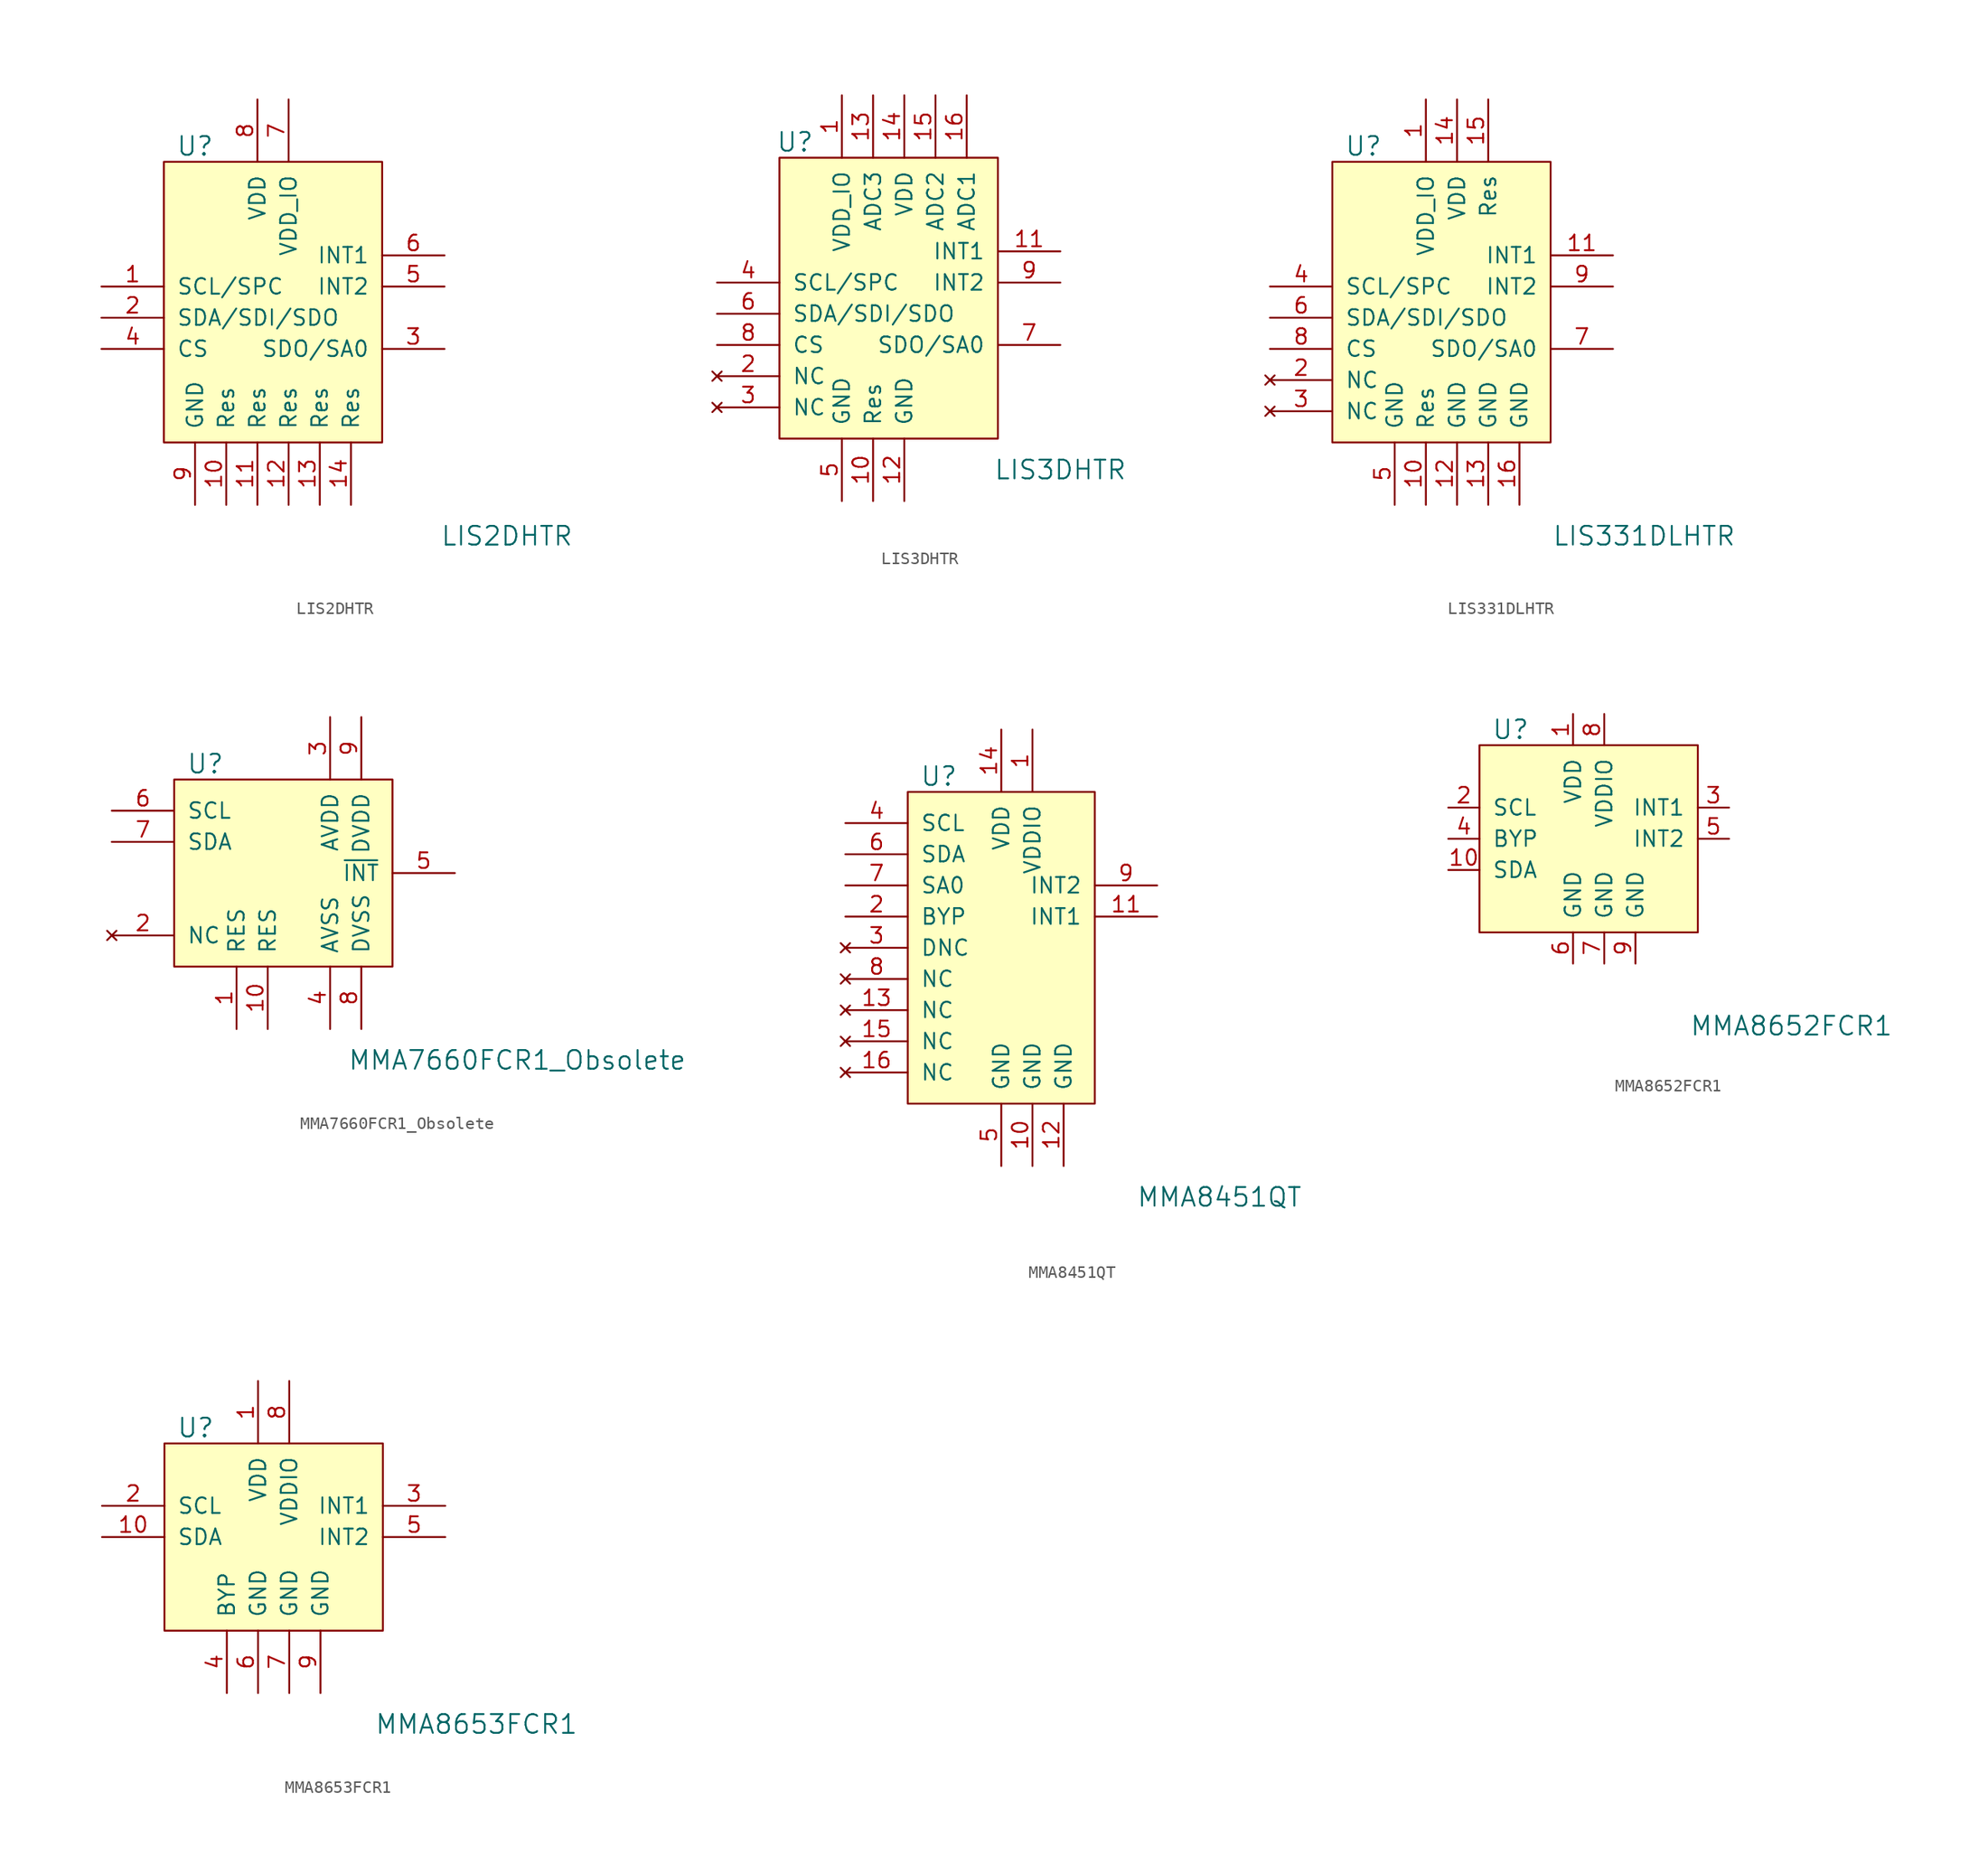
<source format=kicad_sym>
(kicad_symbol_lib
  (version 20231120)
  (generator "kicad_symbol_editor")
  (generator_version "8.0")
  (symbol "LIS2DHTR"
    (pin_names
      (offset 1.016))
    (property "Reference" "U"
      (at -7.62 13.97 0)
      (effects (font (size 1.524 1.524))))
    (property "Value" "LIS2DHTR"
      (at 17.78 -17.78 0)
      (effects (font (size 1.524 1.524))))
    (symbol "LIS2DHTR_0_1"
      (rectangle (start -10.16 12.7) (end 7.62 -10.16) (stroke (width 0) (type default)) (fill (type background))))
    (symbol "LIS2DHTR_1_1"
      (pin input line (at -15.24 2.54 0) (length 5.08) (name "SCL/SPC" (effects (font (size 1.27 1.27)))) (number "1" (effects (font (size 1.27 1.27)))))
      (pin power_in line (at -5.08 -15.24 90) (length 5.08) (name "Res" (effects (font (size 1.27 1.27)))) (number "10" (effects (font (size 1.27 1.27)))))
      (pin power_in line (at -2.54 -15.24 90) (length 5.08) (name "Res" (effects (font (size 1.27 1.27)))) (number "11" (effects (font (size 1.27 1.27)))))
      (pin power_in line (at 0 -15.24 90) (length 5.08) (name "Res" (effects (font (size 1.27 1.27)))) (number "12" (effects (font (size 1.27 1.27)))))
      (pin power_in line (at 2.54 -15.24 90) (length 5.08) (name "Res" (effects (font (size 1.27 1.27)))) (number "13" (effects (font (size 1.27 1.27)))))
      (pin power_in line (at 5.08 -15.24 90) (length 5.08) (name "Res" (effects (font (size 1.27 1.27)))) (number "14" (effects (font (size 1.27 1.27)))))
      (pin bidirectional line (at -15.24 0 0) (length 5.08) (name "SDA/SDI/SDO" (effects (font (size 1.27 1.27)))) (number "2" (effects (font (size 1.27 1.27)))))
      (pin output line (at 12.7 -2.54 180) (length 5.08) (name "SDO/SA0" (effects (font (size 1.27 1.27)))) (number "3" (effects (font (size 1.27 1.27)))))
      (pin input line (at -15.24 -2.54 0) (length 5.08) (name "CS" (effects (font (size 1.27 1.27)))) (number "4" (effects (font (size 1.27 1.27)))))
      (pin output line (at 12.7 2.54 180) (length 5.08) (name "INT2" (effects (font (size 1.27 1.27)))) (number "5" (effects (font (size 1.27 1.27)))))
      (pin output line (at 12.7 5.08 180) (length 5.08) (name "INT1" (effects (font (size 1.27 1.27)))) (number "6" (effects (font (size 1.27 1.27)))))
      (pin power_in line (at 0 17.78 270) (length 5.08) (name "VDD_IO" (effects (font (size 1.27 1.27)))) (number "7" (effects (font (size 1.27 1.27)))))
      (pin power_in line (at -2.54 17.78 270) (length 5.08) (name "VDD" (effects (font (size 1.27 1.27)))) (number "8" (effects (font (size 1.27 1.27)))))
      (pin power_in line (at -7.62 -15.24 90) (length 5.08) (name "GND" (effects (font (size 1.27 1.27)))) (number "9" (effects (font (size 1.27 1.27)))))))
  (symbol "LIS3DHTR"
    (pin_names
      (offset 1.016))
    (property "Reference" "U"
      (at -8.89 11.43 0)
      (effects (font (size 1.524 1.524))))
    (property "Value" "LIS3DHTR"
      (at 12.7 -15.24 0)
      (effects (font (size 1.524 1.524))))
    (symbol "LIS3DHTR_0_1"
      (rectangle (start -10.16 10.16) (end 7.62 -12.7) (stroke (width 0) (type default)) (fill (type background))))
    (symbol "LIS3DHTR_1_1"
      (pin power_in line (at -5.08 15.24 270) (length 5.08) (name "VDD_IO" (effects (font (size 1.27 1.27)))) (number "1" (effects (font (size 1.27 1.27)))))
      (pin power_in line (at -2.54 -17.78 90) (length 5.08) (name "Res" (effects (font (size 1.27 1.27)))) (number "10" (effects (font (size 1.27 1.27)))))
      (pin output line (at 12.7 2.54 180) (length 5.08) (name "INT1" (effects (font (size 1.27 1.27)))) (number "11" (effects (font (size 1.27 1.27)))))
      (pin power_in line (at 0 -17.78 90) (length 5.08) (name "GND" (effects (font (size 1.27 1.27)))) (number "12" (effects (font (size 1.27 1.27)))))
      (pin input line (at -2.54 15.24 270) (length 5.08) (name "ADC3" (effects (font (size 1.27 1.27)))) (number "13" (effects (font (size 1.27 1.27)))))
      (pin power_in line (at 0 15.24 270) (length 5.08) (name "VDD" (effects (font (size 1.27 1.27)))) (number "14" (effects (font (size 1.27 1.27)))))
      (pin input line (at 2.54 15.24 270) (length 5.08) (name "ADC2" (effects (font (size 1.27 1.27)))) (number "15" (effects (font (size 1.27 1.27)))))
      (pin input line (at 5.08 15.24 270) (length 5.08) (name "ADC1" (effects (font (size 1.27 1.27)))) (number "16" (effects (font (size 1.27 1.27)))))
      (pin no_connect line (at -15.24 -7.62 0) (length 5.08) (name "NC" (effects (font (size 1.27 1.27)))) (number "2" (effects (font (size 1.27 1.27)))))
      (pin no_connect line (at -15.24 -10.16 0) (length 5.08) (name "NC" (effects (font (size 1.27 1.27)))) (number "3" (effects (font (size 1.27 1.27)))))
      (pin input line (at -15.24 0 0) (length 5.08) (name "SCL/SPC" (effects (font (size 1.27 1.27)))) (number "4" (effects (font (size 1.27 1.27)))))
      (pin power_in line (at -5.08 -17.78 90) (length 5.08) (name "GND" (effects (font (size 1.27 1.27)))) (number "5" (effects (font (size 1.27 1.27)))))
      (pin bidirectional line (at -15.24 -2.54 0) (length 5.08) (name "SDA/SDI/SDO" (effects (font (size 1.27 1.27)))) (number "6" (effects (font (size 1.27 1.27)))))
      (pin output line (at 12.7 -5.08 180) (length 5.08) (name "SDO/SA0" (effects (font (size 1.27 1.27)))) (number "7" (effects (font (size 1.27 1.27)))))
      (pin input line (at -15.24 -5.08 0) (length 5.08) (name "CS" (effects (font (size 1.27 1.27)))) (number "8" (effects (font (size 1.27 1.27)))))
      (pin output line (at 12.7 0 180) (length 5.08) (name "INT2" (effects (font (size 1.27 1.27)))) (number "9" (effects (font (size 1.27 1.27)))))))
  (symbol "LIS331DLHTR"
    (pin_names
      (offset 1.016))
    (property "Reference" "U"
      (at -7.62 13.97 0)
      (effects (font (size 1.524 1.524))))
    (property "Value" "LIS331DLHTR"
      (at 15.24 -17.78 0)
      (effects (font (size 1.524 1.524))))
    (symbol "LIS331DLHTR_0_1"
      (rectangle (start -10.16 12.7) (end 7.62 -10.16) (stroke (width 0) (type default)) (fill (type background))))
    (symbol "LIS331DLHTR_1_1"
      (pin power_in line (at -2.54 17.78 270) (length 5.08) (name "VDD_IO" (effects (font (size 1.27 1.27)))) (number "1" (effects (font (size 1.27 1.27)))))
      (pin power_in line (at -2.54 -15.24 90) (length 5.08) (name "Res" (effects (font (size 1.27 1.27)))) (number "10" (effects (font (size 1.27 1.27)))))
      (pin output line (at 12.7 5.08 180) (length 5.08) (name "INT1" (effects (font (size 1.27 1.27)))) (number "11" (effects (font (size 1.27 1.27)))))
      (pin power_in line (at 0 -15.24 90) (length 5.08) (name "GND" (effects (font (size 1.27 1.27)))) (number "12" (effects (font (size 1.27 1.27)))))
      (pin power_in line (at 2.54 -15.24 90) (length 5.08) (name "GND" (effects (font (size 1.27 1.27)))) (number "13" (effects (font (size 1.27 1.27)))))
      (pin power_in line (at 0 17.78 270) (length 5.08) (name "VDD" (effects (font (size 1.27 1.27)))) (number "14" (effects (font (size 1.27 1.27)))))
      (pin power_in line (at 2.54 17.78 270) (length 5.08) (name "Res" (effects (font (size 1.27 1.27)))) (number "15" (effects (font (size 1.27 1.27)))))
      (pin power_in line (at 5.08 -15.24 90) (length 5.08) (name "GND" (effects (font (size 1.27 1.27)))) (number "16" (effects (font (size 1.27 1.27)))))
      (pin no_connect line (at -15.24 -5.08 0) (length 5.08) (name "NC" (effects (font (size 1.27 1.27)))) (number "2" (effects (font (size 1.27 1.27)))))
      (pin no_connect line (at -15.24 -7.62 0) (length 5.08) (name "NC" (effects (font (size 1.27 1.27)))) (number "3" (effects (font (size 1.27 1.27)))))
      (pin input line (at -15.24 2.54 0) (length 5.08) (name "SCL/SPC" (effects (font (size 1.27 1.27)))) (number "4" (effects (font (size 1.27 1.27)))))
      (pin power_in line (at -5.08 -15.24 90) (length 5.08) (name "GND" (effects (font (size 1.27 1.27)))) (number "5" (effects (font (size 1.27 1.27)))))
      (pin bidirectional line (at -15.24 0 0) (length 5.08) (name "SDA/SDI/SDO" (effects (font (size 1.27 1.27)))) (number "6" (effects (font (size 1.27 1.27)))))
      (pin output line (at 12.7 -2.54 180) (length 5.08) (name "SDO/SA0" (effects (font (size 1.27 1.27)))) (number "7" (effects (font (size 1.27 1.27)))))
      (pin input line (at -15.24 -2.54 0) (length 5.08) (name "CS" (effects (font (size 1.27 1.27)))) (number "8" (effects (font (size 1.27 1.27)))))
      (pin output line (at 12.7 2.54 180) (length 5.08) (name "INT2" (effects (font (size 1.27 1.27)))) (number "9" (effects (font (size 1.27 1.27)))))))
  (symbol "MMA7660FCR1_Obsolete"
    (pin_names
      (offset 1.016))
    (property "Reference" "U"
      (at -7.62 8.89 0)
      (effects (font (size 1.524 1.524))))
    (property "Value" "MMA7660FCR1_Obsolete"
      (at 17.78 -15.24 0)
      (effects (font (size 1.524 1.524))))
    (symbol "MMA7660FCR1_Obsolete_0_1"
      (rectangle (start -10.16 7.62) (end 7.62 -7.62) (stroke (width 0) (type default)) (fill (type background))))
    (symbol "MMA7660FCR1_Obsolete_1_1"
      (pin power_in line (at -5.08 -12.7 90) (length 5.08) (name "RES" (effects (font (size 1.27 1.27)))) (number "1" (effects (font (size 1.27 1.27)))))
      (pin power_in line (at -2.54 -12.7 90) (length 5.08) (name "RES" (effects (font (size 1.27 1.27)))) (number "10" (effects (font (size 1.27 1.27)))))
      (pin no_connect line (at -15.24 -5.08 0) (length 5.08) (name "NC" (effects (font (size 1.27 1.27)))) (number "2" (effects (font (size 1.27 1.27)))))
      (pin power_in line (at 2.54 12.7 270) (length 5.08) (name "AVDD" (effects (font (size 1.27 1.27)))) (number "3" (effects (font (size 1.27 1.27)))))
      (pin power_in line (at 2.54 -12.7 90) (length 5.08) (name "AVSS" (effects (font (size 1.27 1.27)))) (number "4" (effects (font (size 1.27 1.27)))))
      (pin output line (at 12.7 0 180) (length 5.08) (name "~{INT}" (effects (font (size 1.27 1.27)))) (number "5" (effects (font (size 1.27 1.27)))))
      (pin input line (at -15.24 5.08 0) (length 5.08) (name "SCL" (effects (font (size 1.27 1.27)))) (number "6" (effects (font (size 1.27 1.27)))))
      (pin bidirectional line (at -15.24 2.54 0) (length 5.08) (name "SDA" (effects (font (size 1.27 1.27)))) (number "7" (effects (font (size 1.27 1.27)))))
      (pin power_in line (at 5.08 -12.7 90) (length 5.08) (name "DVSS" (effects (font (size 1.27 1.27)))) (number "8" (effects (font (size 1.27 1.27)))))
      (pin power_in line (at 5.08 12.7 270) (length 5.08) (name "DVDD" (effects (font (size 1.27 1.27)))) (number "9" (effects (font (size 1.27 1.27)))))))
  (symbol "MMA8451QT"
    (pin_names
      (offset 1.016))
    (property "Reference" "U"
      (at -5.08 13.97 0)
      (effects (font (size 1.524 1.524))))
    (property "Value" "MMA8451QT"
      (at 17.78 -20.32 0)
      (effects (font (size 1.524 1.524))))
    (symbol "MMA8451QT_0_1"
      (rectangle (start -7.62 12.7) (end 7.62 -12.7) (stroke (width 0) (type default)) (fill (type background))))
    (symbol "MMA8451QT_1_1"
      (pin power_in line (at 2.54 17.78 270) (length 5.08) (name "VDDIO" (effects (font (size 1.27 1.27)))) (number "1" (effects (font (size 1.27 1.27)))))
      (pin power_in line (at 2.54 -17.78 90) (length 5.08) (name "GND" (effects (font (size 1.27 1.27)))) (number "10" (effects (font (size 1.27 1.27)))))
      (pin output line (at 12.7 2.54 180) (length 5.08) (name "INT1" (effects (font (size 1.27 1.27)))) (number "11" (effects (font (size 1.27 1.27)))))
      (pin power_in line (at 5.08 -17.78 90) (length 5.08) (name "GND" (effects (font (size 1.27 1.27)))) (number "12" (effects (font (size 1.27 1.27)))))
      (pin no_connect line (at -12.7 -5.08 0) (length 5.08) (name "NC" (effects (font (size 1.27 1.27)))) (number "13" (effects (font (size 1.27 1.27)))))
      (pin power_in line (at 0 17.78 270) (length 5.08) (name "VDD" (effects (font (size 1.27 1.27)))) (number "14" (effects (font (size 1.27 1.27)))))
      (pin no_connect line (at -12.7 -7.62 0) (length 5.08) (name "NC" (effects (font (size 1.27 1.27)))) (number "15" (effects (font (size 1.27 1.27)))))
      (pin no_connect line (at -12.7 -10.16 0) (length 5.08) (name "NC" (effects (font (size 1.27 1.27)))) (number "16" (effects (font (size 1.27 1.27)))))
      (pin input line (at -12.7 2.54 0) (length 5.08) (name "BYP" (effects (font (size 1.27 1.27)))) (number "2" (effects (font (size 1.27 1.27)))))
      (pin no_connect line (at -12.7 0 0) (length 5.08) (name "DNC" (effects (font (size 1.27 1.27)))) (number "3" (effects (font (size 1.27 1.27)))))
      (pin bidirectional line (at -12.7 10.16 0) (length 5.08) (name "SCL" (effects (font (size 1.27 1.27)))) (number "4" (effects (font (size 1.27 1.27)))))
      (pin power_in line (at 0 -17.78 90) (length 5.08) (name "GND" (effects (font (size 1.27 1.27)))) (number "5" (effects (font (size 1.27 1.27)))))
      (pin bidirectional line (at -12.7 7.62 0) (length 5.08) (name "SDA" (effects (font (size 1.27 1.27)))) (number "6" (effects (font (size 1.27 1.27)))))
      (pin bidirectional line (at -12.7 5.08 0) (length 5.08) (name "SA0" (effects (font (size 1.27 1.27)))) (number "7" (effects (font (size 1.27 1.27)))))
      (pin no_connect line (at -12.7 -2.54 0) (length 5.08) (name "NC" (effects (font (size 1.27 1.27)))) (number "8" (effects (font (size 1.27 1.27)))))
      (pin output line (at 12.7 5.08 180) (length 5.08) (name "INT2" (effects (font (size 1.27 1.27)))) (number "9" (effects (font (size 1.27 1.27)))))))
  (symbol "MMA8652FCR1"
    (pin_names
      (offset 1.016))
    (property "Reference" "U"
      (at -5.08 8.89 0)
      (effects (font (size 1.524 1.524))))
    (property "Value" "MMA8652FCR1"
      (at 17.78 -15.24 0)
      (effects (font (size 1.524 1.524))))
    (symbol "MMA8652FCR1_0_1"
      (rectangle (start -7.62 7.62) (end 10.16 -7.62) (stroke (width 0) (type default)) (fill (type background))))
    (symbol "MMA8652FCR1_1_1"
      (pin input line (at 0 10.16 270) (length 2.54) (name "VDD" (effects (font (size 1.27 1.27)))) (number "1" (effects (font (size 1.27 1.27)))))
      (pin bidirectional line (at -10.16 -2.54 0) (length 2.54) (name "SDA" (effects (font (size 1.27 1.27)))) (number "10" (effects (font (size 1.27 1.27)))))
      (pin input line (at -10.16 2.54 0) (length 2.54) (name "SCL" (effects (font (size 1.27 1.27)))) (number "2" (effects (font (size 1.27 1.27)))))
      (pin output line (at 12.7 2.54 180) (length 2.54) (name "INT1" (effects (font (size 1.27 1.27)))) (number "3" (effects (font (size 1.27 1.27)))))
      (pin bidirectional line (at -10.16 0 0) (length 2.54) (name "BYP" (effects (font (size 1.27 1.27)))) (number "4" (effects (font (size 1.27 1.27)))))
      (pin output line (at 12.7 0 180) (length 2.54) (name "INT2" (effects (font (size 1.27 1.27)))) (number "5" (effects (font (size 1.27 1.27)))))
      (pin power_in line (at 0 -10.16 90) (length 2.54) (name "GND" (effects (font (size 1.27 1.27)))) (number "6" (effects (font (size 1.27 1.27)))))
      (pin power_in line (at 2.54 -10.16 90) (length 2.54) (name "GND" (effects (font (size 1.27 1.27)))) (number "7" (effects (font (size 1.27 1.27)))))
      (pin input line (at 2.54 10.16 270) (length 2.54) (name "VDDIO" (effects (font (size 1.27 1.27)))) (number "8" (effects (font (size 1.27 1.27)))))
      (pin power_in line (at 5.08 -10.16 90) (length 2.54) (name "GND" (effects (font (size 1.27 1.27)))) (number "9" (effects (font (size 1.27 1.27)))))))
  (symbol "MMA8653FCR1"
    (pin_names
      (offset 1.016))
    (property "Reference" "U"
      (at -5.08 8.89 0)
      (effects (font (size 1.524 1.524))))
    (property "Value" "MMA8653FCR1"
      (at 17.78 -15.24 0)
      (effects (font (size 1.524 1.524))))
    (symbol "MMA8653FCR1_0_1"
      (rectangle (start -7.62 7.62) (end 10.16 -7.62) (stroke (width 0) (type default)) (fill (type background))))
    (symbol "MMA8653FCR1_1_1"
      (pin power_in line (at 0 12.7 270) (length 5.08) (name "VDD" (effects (font (size 1.27 1.27)))) (number "1" (effects (font (size 1.27 1.27)))))
      (pin bidirectional line (at -12.7 0 0) (length 5.08) (name "SDA" (effects (font (size 1.27 1.27)))) (number "10" (effects (font (size 1.27 1.27)))))
      (pin input line (at -12.7 2.54 0) (length 5.08) (name "SCL" (effects (font (size 1.27 1.27)))) (number "2" (effects (font (size 1.27 1.27)))))
      (pin output line (at 15.24 2.54 180) (length 5.08) (name "INT1" (effects (font (size 1.27 1.27)))) (number "3" (effects (font (size 1.27 1.27)))))
      (pin output line (at -2.54 -12.7 90) (length 5.08) (name "BYP" (effects (font (size 1.27 1.27)))) (number "4" (effects (font (size 1.27 1.27)))))
      (pin output line (at 15.24 0 180) (length 5.08) (name "INT2" (effects (font (size 1.27 1.27)))) (number "5" (effects (font (size 1.27 1.27)))))
      (pin power_in line (at 0 -12.7 90) (length 5.08) (name "GND" (effects (font (size 1.27 1.27)))) (number "6" (effects (font (size 1.27 1.27)))))
      (pin power_in line (at 2.54 -12.7 90) (length 5.08) (name "GND" (effects (font (size 1.27 1.27)))) (number "7" (effects (font (size 1.27 1.27)))))
      (pin power_in line (at 2.54 12.7 270) (length 5.08) (name "VDDIO" (effects (font (size 1.27 1.27)))) (number "8" (effects (font (size 1.27 1.27)))))
      (pin power_in line (at 5.08 -12.7 90) (length 5.08) (name "GND" (effects (font (size 1.27 1.27)))) (number "9" (effects (font (size 1.27 1.27))))))))
</source>
